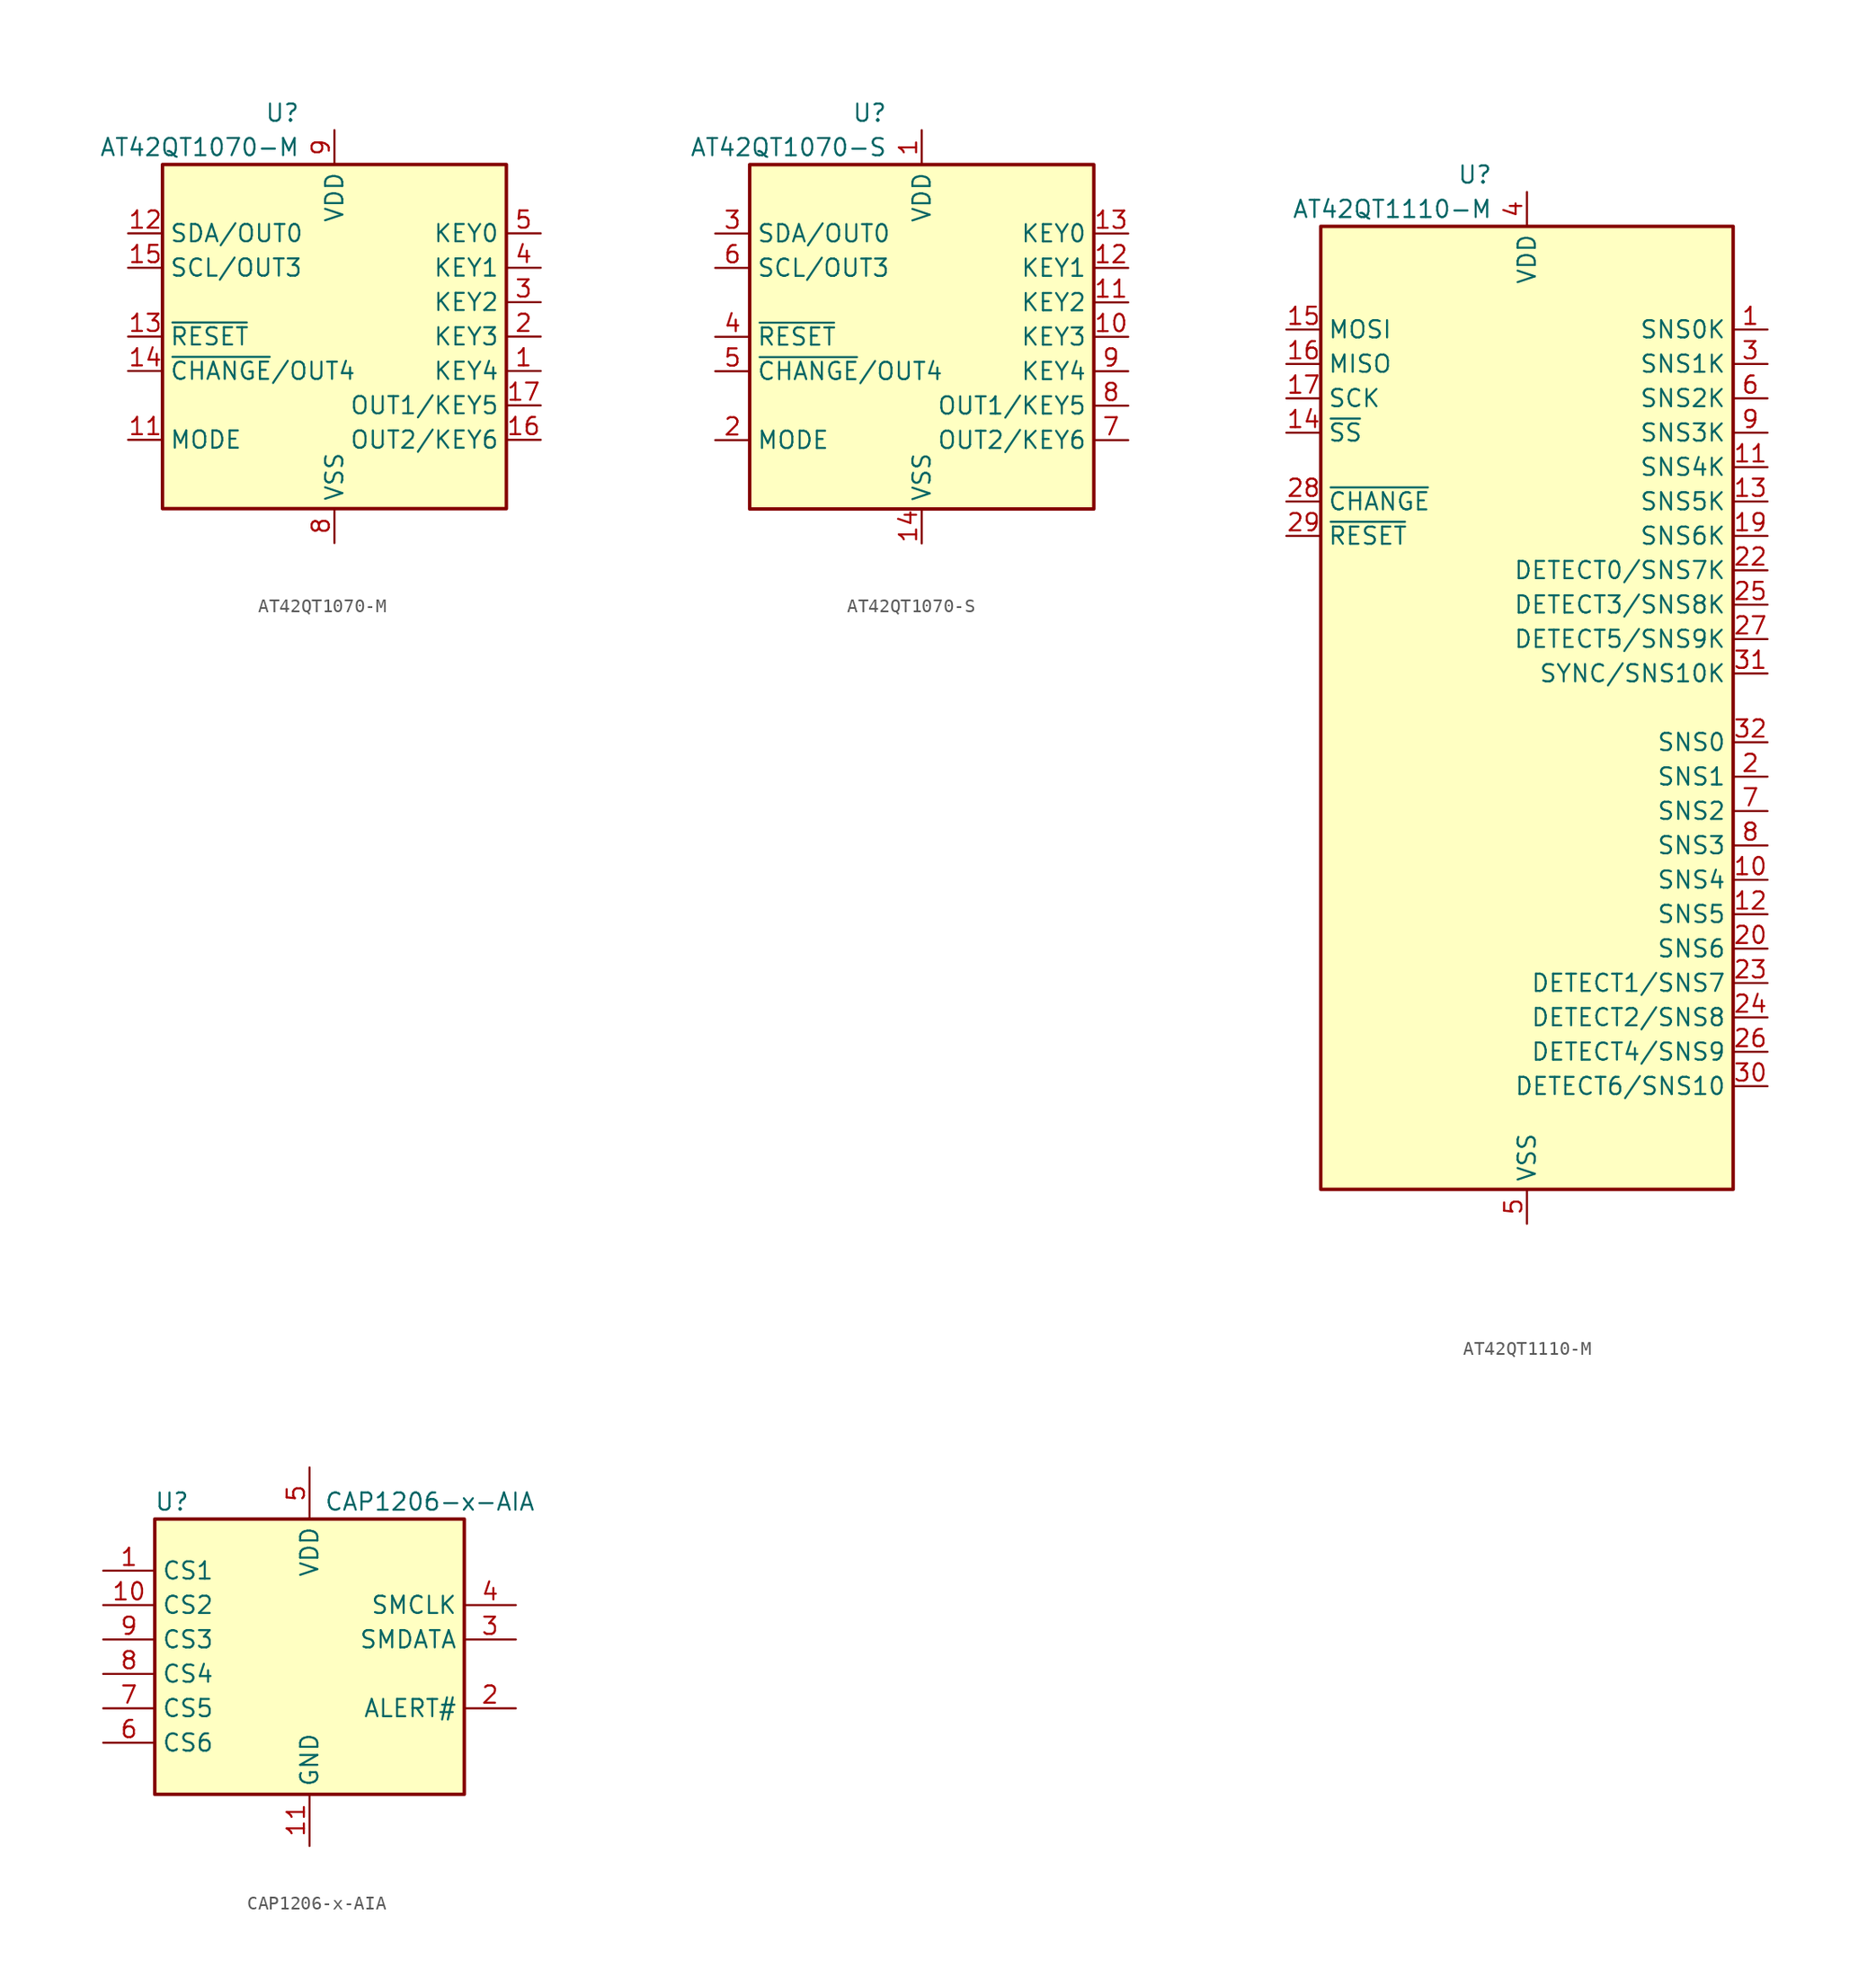
<source format=kicad_sym>
(kicad_symbol_lib
  (version 20211014)
  (generator kicad_symbol_editor)
  (symbol "AT42QT1070-M"
    (property "Reference" "U"
      (at -2.54 16.51 0)
      (effects (font (size 1.27 1.27)) (justify right)))
    (property "Value" "AT42QT1070-M"
      (at -2.54 13.97 0)
      (effects (font (size 1.27 1.27)) (justify right)))
    (symbol "AT42QT1070-M_0_1"
      (rectangle (start -12.7 12.7) (end 12.7 -12.7) (stroke (width 0.254) (type default) (color 0 0 0 0)) (fill (type background))))
    (symbol "AT42QT1070-M_1_1"
      (pin passive line (at 15.24 -2.54 180) (length 2.54) (name "KEY4" (effects (font (size 1.27 1.27)))) (number "1" (effects (font (size 1.27 1.27)))))
      (pin no_connect line (at -5.08 -12.7 90) (length 2.54) hide (name "NC" (effects (font (size 1.27 1.27)))) (number "10" (effects (font (size 1.27 1.27)))))
      (pin input line (at -15.24 -7.62 0) (length 2.54) (name "MODE" (effects (font (size 1.27 1.27)))) (number "11" (effects (font (size 1.27 1.27)))))
      (pin bidirectional line (at -15.24 7.62 0) (length 2.54) (name "SDA/OUT0" (effects (font (size 1.27 1.27)))) (number "12" (effects (font (size 1.27 1.27)))))
      (pin input line (at -15.24 0 0) (length 2.54) (name "~{RESET}" (effects (font (size 1.27 1.27)))) (number "13" (effects (font (size 1.27 1.27)))))
      (pin open_collector line (at -15.24 -2.54 0) (length 2.54) (name "~{CHANGE}/OUT4" (effects (font (size 1.27 1.27)))) (number "14" (effects (font (size 1.27 1.27)))))
      (pin bidirectional line (at -15.24 5.08 0) (length 2.54) (name "SCL/OUT3" (effects (font (size 1.27 1.27)))) (number "15" (effects (font (size 1.27 1.27)))))
      (pin output line (at 15.24 -7.62 180) (length 2.54) (name "OUT2/KEY6" (effects (font (size 1.27 1.27)))) (number "16" (effects (font (size 1.27 1.27)))))
      (pin output line (at 15.24 -5.08 180) (length 2.54) (name "OUT1/KEY5" (effects (font (size 1.27 1.27)))) (number "17" (effects (font (size 1.27 1.27)))))
      (pin no_connect line (at 5.08 -12.7 90) (length 2.54) hide (name "NC" (effects (font (size 1.27 1.27)))) (number "18" (effects (font (size 1.27 1.27)))))
      (pin no_connect line (at 7.62 -12.7 90) (length 2.54) hide (name "NC" (effects (font (size 1.27 1.27)))) (number "19" (effects (font (size 1.27 1.27)))))
      (pin passive line (at 15.24 0 180) (length 2.54) (name "KEY3" (effects (font (size 1.27 1.27)))) (number "2" (effects (font (size 1.27 1.27)))))
      (pin no_connect line (at 10.16 -12.7 90) (length 2.54) hide (name "NC" (effects (font (size 1.27 1.27)))) (number "20" (effects (font (size 1.27 1.27)))))
      (pin passive line (at 0 -15.24 90) (length 2.54) hide (name "VSS" (effects (font (size 1.27 1.27)))) (number "21" (effects (font (size 1.27 1.27)))))
      (pin passive line (at 15.24 2.54 180) (length 2.54) (name "KEY2" (effects (font (size 1.27 1.27)))) (number "3" (effects (font (size 1.27 1.27)))))
      (pin passive line (at 15.24 5.08 180) (length 2.54) (name "KEY1" (effects (font (size 1.27 1.27)))) (number "4" (effects (font (size 1.27 1.27)))))
      (pin passive line (at 15.24 7.62 180) (length 2.54) (name "KEY0" (effects (font (size 1.27 1.27)))) (number "5" (effects (font (size 1.27 1.27)))))
      (pin no_connect line (at -10.16 -12.7 90) (length 2.54) hide (name "NC" (effects (font (size 1.27 1.27)))) (number "6" (effects (font (size 1.27 1.27)))))
      (pin no_connect line (at -7.62 -12.7 90) (length 2.54) hide (name "NC" (effects (font (size 1.27 1.27)))) (number "7" (effects (font (size 1.27 1.27)))))
      (pin power_in line (at 0 -15.24 90) (length 2.54) (name "VSS" (effects (font (size 1.27 1.27)))) (number "8" (effects (font (size 1.27 1.27)))))
      (pin power_in line (at 0 15.24 270) (length 2.54) (name "VDD" (effects (font (size 1.27 1.27)))) (number "9" (effects (font (size 1.27 1.27)))))))
  (symbol "AT42QT1070-S"
    (property "Reference" "U"
      (at -2.54 16.51 0)
      (effects (font (size 1.27 1.27)) (justify right)))
    (property "Value" "AT42QT1070-S"
      (at -2.54 13.97 0)
      (effects (font (size 1.27 1.27)) (justify right)))
    (symbol "AT42QT1070-S_0_1"
      (rectangle (start -12.7 12.7) (end 12.7 -12.7) (stroke (width 0.254) (type default) (color 0 0 0 0)) (fill (type background))))
    (symbol "AT42QT1070-S_1_1"
      (pin power_in line (at 0 15.24 270) (length 2.54) (name "VDD" (effects (font (size 1.27 1.27)))) (number "1" (effects (font (size 1.27 1.27)))))
      (pin passive line (at 15.24 0 180) (length 2.54) (name "KEY3" (effects (font (size 1.27 1.27)))) (number "10" (effects (font (size 1.27 1.27)))))
      (pin passive line (at 15.24 2.54 180) (length 2.54) (name "KEY2" (effects (font (size 1.27 1.27)))) (number "11" (effects (font (size 1.27 1.27)))))
      (pin passive line (at 15.24 5.08 180) (length 2.54) (name "KEY1" (effects (font (size 1.27 1.27)))) (number "12" (effects (font (size 1.27 1.27)))))
      (pin passive line (at 15.24 7.62 180) (length 2.54) (name "KEY0" (effects (font (size 1.27 1.27)))) (number "13" (effects (font (size 1.27 1.27)))))
      (pin power_in line (at 0 -15.24 90) (length 2.54) (name "VSS" (effects (font (size 1.27 1.27)))) (number "14" (effects (font (size 1.27 1.27)))))
      (pin input line (at -15.24 -7.62 0) (length 2.54) (name "MODE" (effects (font (size 1.27 1.27)))) (number "2" (effects (font (size 1.27 1.27)))))
      (pin bidirectional line (at -15.24 7.62 0) (length 2.54) (name "SDA/OUT0" (effects (font (size 1.27 1.27)))) (number "3" (effects (font (size 1.27 1.27)))))
      (pin input line (at -15.24 0 0) (length 2.54) (name "~{RESET}" (effects (font (size 1.27 1.27)))) (number "4" (effects (font (size 1.27 1.27)))))
      (pin open_collector line (at -15.24 -2.54 0) (length 2.54) (name "~{CHANGE}/OUT4" (effects (font (size 1.27 1.27)))) (number "5" (effects (font (size 1.27 1.27)))))
      (pin bidirectional line (at -15.24 5.08 0) (length 2.54) (name "SCL/OUT3" (effects (font (size 1.27 1.27)))) (number "6" (effects (font (size 1.27 1.27)))))
      (pin output line (at 15.24 -7.62 180) (length 2.54) (name "OUT2/KEY6" (effects (font (size 1.27 1.27)))) (number "7" (effects (font (size 1.27 1.27)))))
      (pin output line (at 15.24 -5.08 180) (length 2.54) (name "OUT1/KEY5" (effects (font (size 1.27 1.27)))) (number "8" (effects (font (size 1.27 1.27)))))
      (pin passive line (at 15.24 -2.54 180) (length 2.54) (name "KEY4" (effects (font (size 1.27 1.27)))) (number "9" (effects (font (size 1.27 1.27)))))))
  (symbol "AT42QT1110-M"
    (property "Reference" "U"
      (at -2.54 39.37 0)
      (effects (font (size 1.27 1.27)) (justify right)))
    (property "Value" "AT42QT1110-M"
      (at -2.54 36.83 0)
      (effects (font (size 1.27 1.27)) (justify right)))
    (symbol "AT42QT1110-M_0_1"
      (rectangle (start -15.24 35.56) (end 15.24 -35.56) (stroke (width 0.254) (type default) (color 0 0 0 0)) (fill (type background))))
    (symbol "AT42QT1110-M_1_1"
      (pin passive line (at 17.78 27.94 180) (length 2.54) (name "SNS0K" (effects (font (size 1.27 1.27)))) (number "1" (effects (font (size 1.27 1.27)))))
      (pin passive line (at 17.78 -12.7 180) (length 2.54) (name "SNS4" (effects (font (size 1.27 1.27)))) (number "10" (effects (font (size 1.27 1.27)))))
      (pin passive line (at 17.78 17.78 180) (length 2.54) (name "SNS4K" (effects (font (size 1.27 1.27)))) (number "11" (effects (font (size 1.27 1.27)))))
      (pin passive line (at 17.78 -15.24 180) (length 2.54) (name "SNS5" (effects (font (size 1.27 1.27)))) (number "12" (effects (font (size 1.27 1.27)))))
      (pin passive line (at 17.78 15.24 180) (length 2.54) (name "SNS5K" (effects (font (size 1.27 1.27)))) (number "13" (effects (font (size 1.27 1.27)))))
      (pin input line (at -17.78 20.32 0) (length 2.54) (name "~{SS}" (effects (font (size 1.27 1.27)))) (number "14" (effects (font (size 1.27 1.27)))))
      (pin input line (at -17.78 27.94 0) (length 2.54) (name "MOSI" (effects (font (size 1.27 1.27)))) (number "15" (effects (font (size 1.27 1.27)))))
      (pin output line (at -17.78 25.4 0) (length 2.54) (name "MISO" (effects (font (size 1.27 1.27)))) (number "16" (effects (font (size 1.27 1.27)))))
      (pin input line (at -17.78 22.86 0) (length 2.54) (name "SCK" (effects (font (size 1.27 1.27)))) (number "17" (effects (font (size 1.27 1.27)))))
      (pin passive line (at 0 38.1 270) (length 2.54) hide (name "VDD" (effects (font (size 1.27 1.27)))) (number "18" (effects (font (size 1.27 1.27)))))
      (pin passive line (at 17.78 12.7 180) (length 2.54) (name "SNS6K" (effects (font (size 1.27 1.27)))) (number "19" (effects (font (size 1.27 1.27)))))
      (pin passive line (at 17.78 -5.08 180) (length 2.54) (name "SNS1" (effects (font (size 1.27 1.27)))) (number "2" (effects (font (size 1.27 1.27)))))
      (pin passive line (at 17.78 -17.78 180) (length 2.54) (name "SNS6" (effects (font (size 1.27 1.27)))) (number "20" (effects (font (size 1.27 1.27)))))
      (pin passive line (at 0 -38.1 90) (length 2.54) hide (name "VSS" (effects (font (size 1.27 1.27)))) (number "21" (effects (font (size 1.27 1.27)))))
      (pin bidirectional line (at 17.78 10.16 180) (length 2.54) (name "DETECT0/SNS7K" (effects (font (size 1.27 1.27)))) (number "22" (effects (font (size 1.27 1.27)))))
      (pin bidirectional line (at 17.78 -20.32 180) (length 2.54) (name "DETECT1/SNS7" (effects (font (size 1.27 1.27)))) (number "23" (effects (font (size 1.27 1.27)))))
      (pin bidirectional line (at 17.78 -22.86 180) (length 2.54) (name "DETECT2/SNS8" (effects (font (size 1.27 1.27)))) (number "24" (effects (font (size 1.27 1.27)))))
      (pin bidirectional line (at 17.78 7.62 180) (length 2.54) (name "DETECT3/SNS8K" (effects (font (size 1.27 1.27)))) (number "25" (effects (font (size 1.27 1.27)))))
      (pin bidirectional line (at 17.78 -25.4 180) (length 2.54) (name "DETECT4/SNS9" (effects (font (size 1.27 1.27)))) (number "26" (effects (font (size 1.27 1.27)))))
      (pin bidirectional line (at 17.78 5.08 180) (length 2.54) (name "DETECT5/SNS9K" (effects (font (size 1.27 1.27)))) (number "27" (effects (font (size 1.27 1.27)))))
      (pin open_collector line (at -17.78 15.24 0) (length 2.54) (name "~{CHANGE}" (effects (font (size 1.27 1.27)))) (number "28" (effects (font (size 1.27 1.27)))))
      (pin input line (at -17.78 12.7 0) (length 2.54) (name "~{RESET}" (effects (font (size 1.27 1.27)))) (number "29" (effects (font (size 1.27 1.27)))))
      (pin passive line (at 17.78 25.4 180) (length 2.54) (name "SNS1K" (effects (font (size 1.27 1.27)))) (number "3" (effects (font (size 1.27 1.27)))))
      (pin bidirectional line (at 17.78 -27.94 180) (length 2.54) (name "DETECT6/SNS10" (effects (font (size 1.27 1.27)))) (number "30" (effects (font (size 1.27 1.27)))))
      (pin bidirectional line (at 17.78 2.54 180) (length 2.54) (name "SYNC/SNS10K" (effects (font (size 1.27 1.27)))) (number "31" (effects (font (size 1.27 1.27)))))
      (pin passive line (at 17.78 -2.54 180) (length 2.54) (name "SNS0" (effects (font (size 1.27 1.27)))) (number "32" (effects (font (size 1.27 1.27)))))
      (pin passive line (at 0 -38.1 90) (length 2.54) hide (name "VSS" (effects (font (size 1.27 1.27)))) (number "33" (effects (font (size 1.27 1.27)))))
      (pin power_in line (at 0 38.1 270) (length 2.54) (name "VDD" (effects (font (size 1.27 1.27)))) (number "4" (effects (font (size 1.27 1.27)))))
      (pin power_in line (at 0 -38.1 90) (length 2.54) (name "VSS" (effects (font (size 1.27 1.27)))) (number "5" (effects (font (size 1.27 1.27)))))
      (pin passive line (at 17.78 22.86 180) (length 2.54) (name "SNS2K" (effects (font (size 1.27 1.27)))) (number "6" (effects (font (size 1.27 1.27)))))
      (pin passive line (at 17.78 -7.62 180) (length 2.54) (name "SNS2" (effects (font (size 1.27 1.27)))) (number "7" (effects (font (size 1.27 1.27)))))
      (pin passive line (at 17.78 -10.16 180) (length 2.54) (name "SNS3" (effects (font (size 1.27 1.27)))) (number "8" (effects (font (size 1.27 1.27)))))
      (pin passive line (at 17.78 20.32 180) (length 2.54) (name "SNS3K" (effects (font (size 1.27 1.27)))) (number "9" (effects (font (size 1.27 1.27)))))))
  (symbol "CAP1206-x-AIA"
    (property "Reference" "U"
      (at -10.16 12.7 0)
      (effects (font (size 1.27 1.27))))
    (property "Value" "CAP1206-x-AIA"
      (at 8.89 12.7 0)
      (effects (font (size 1.27 1.27))))
    (symbol "CAP1206-x-AIA_0_1"
      (rectangle (start -11.43 11.43) (end 11.43 -8.89) (stroke (width 0.254) (type default) (color 0 0 0 0)) (fill (type background))))
    (symbol "CAP1206-x-AIA_1_1"
      (pin passive line (at -15.24 7.62 0) (length 3.81) (name "CS1" (effects (font (size 1.27 1.27)))) (number "1" (effects (font (size 1.27 1.27)))))
      (pin passive line (at -15.24 5.08 0) (length 3.81) (name "CS2" (effects (font (size 1.27 1.27)))) (number "10" (effects (font (size 1.27 1.27)))))
      (pin power_in line (at 0 -12.7 90) (length 3.81) (name "GND" (effects (font (size 1.27 1.27)))) (number "11" (effects (font (size 1.27 1.27)))))
      (pin open_collector line (at 15.24 -2.54 180) (length 3.81) (name "ALERT#" (effects (font (size 1.27 1.27)))) (number "2" (effects (font (size 1.27 1.27)))))
      (pin bidirectional line (at 15.24 2.54 180) (length 3.81) (name "SMDATA" (effects (font (size 1.27 1.27)))) (number "3" (effects (font (size 1.27 1.27)))))
      (pin input line (at 15.24 5.08 180) (length 3.81) (name "SMCLK" (effects (font (size 1.27 1.27)))) (number "4" (effects (font (size 1.27 1.27)))))
      (pin power_in line (at 0 15.24 270) (length 3.81) (name "VDD" (effects (font (size 1.27 1.27)))) (number "5" (effects (font (size 1.27 1.27)))))
      (pin passive line (at -15.24 -5.08 0) (length 3.81) (name "CS6" (effects (font (size 1.27 1.27)))) (number "6" (effects (font (size 1.27 1.27)))))
      (pin passive line (at -15.24 -2.54 0) (length 3.81) (name "CS5" (effects (font (size 1.27 1.27)))) (number "7" (effects (font (size 1.27 1.27)))))
      (pin passive line (at -15.24 0 0) (length 3.81) (name "CS4" (effects (font (size 1.27 1.27)))) (number "8" (effects (font (size 1.27 1.27)))))
      (pin passive line (at -15.24 2.54 0) (length 3.81) (name "CS3" (effects (font (size 1.27 1.27)))) (number "9" (effects (font (size 1.27 1.27))))))))
</source>
